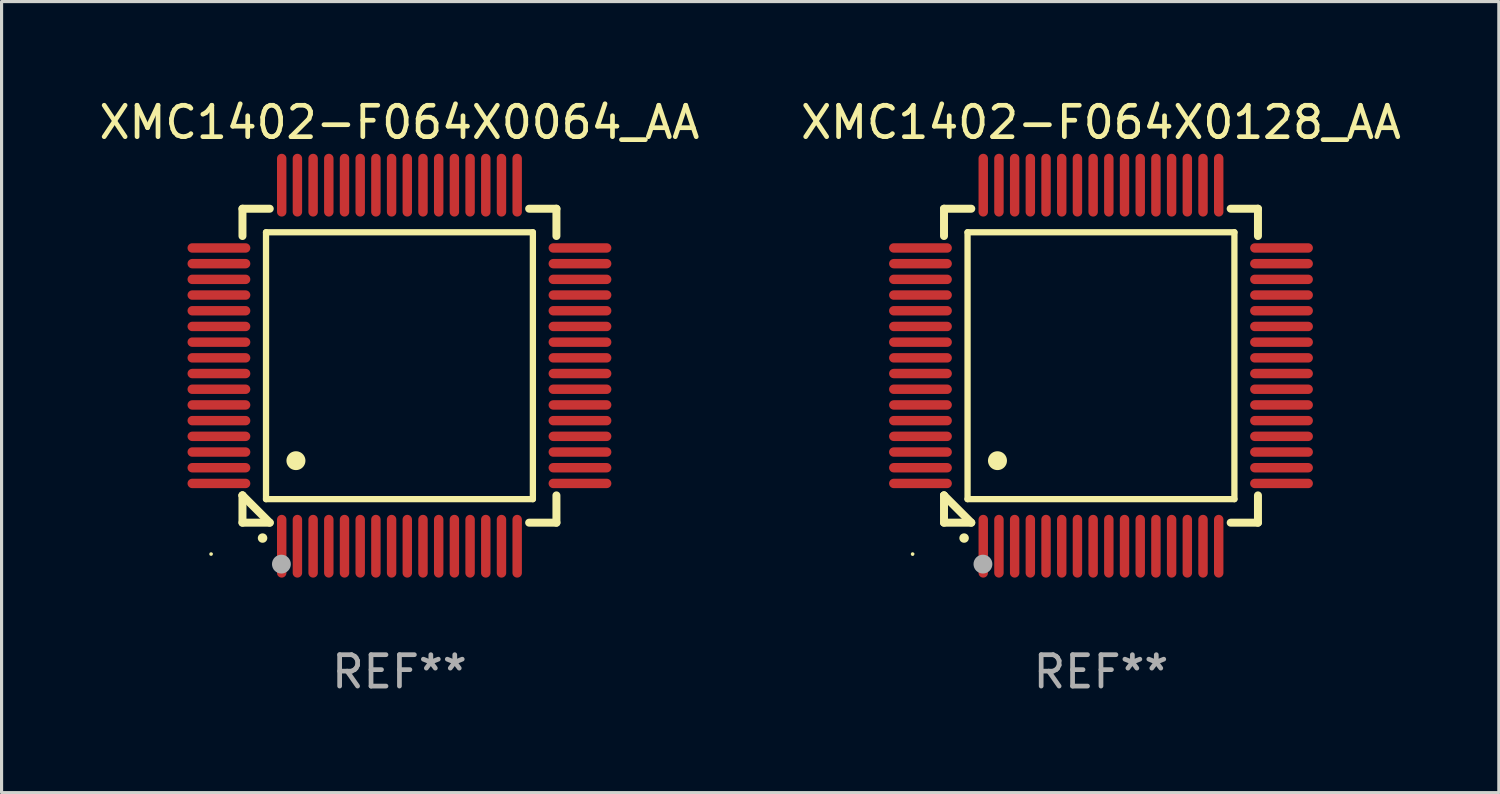
<source format=kicad_pcb>
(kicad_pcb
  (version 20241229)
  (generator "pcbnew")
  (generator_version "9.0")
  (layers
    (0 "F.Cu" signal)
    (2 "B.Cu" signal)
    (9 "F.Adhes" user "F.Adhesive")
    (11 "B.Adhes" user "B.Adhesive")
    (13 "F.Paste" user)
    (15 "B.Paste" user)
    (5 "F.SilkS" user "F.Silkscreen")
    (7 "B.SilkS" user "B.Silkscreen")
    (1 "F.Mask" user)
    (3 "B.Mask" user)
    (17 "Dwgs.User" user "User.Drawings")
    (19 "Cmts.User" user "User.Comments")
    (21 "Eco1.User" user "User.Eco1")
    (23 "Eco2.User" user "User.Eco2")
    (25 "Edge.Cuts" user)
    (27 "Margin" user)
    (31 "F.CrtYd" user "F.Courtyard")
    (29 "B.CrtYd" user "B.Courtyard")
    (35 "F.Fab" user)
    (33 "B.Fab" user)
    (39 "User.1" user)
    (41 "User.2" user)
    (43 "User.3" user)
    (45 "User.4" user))
  (footprint "XMC1402-F064X0128_AA"
    (layer "F.Cu")
    (at 32.018 8.598)
    (property "Reference" "XMC1402-F064X0128_AA" (at 0 -7.75 0) (layer "F.SilkS") (effects (font (size 1 1) (thickness 0.15))))
    (attr through_hole)
    (fp_line (start -5 -5) (end -4.131 -5) (stroke (width 0.254) (type solid)) (layer "F.SilkS"))
    (fp_line (start -5 -4.131) (end -5 -5) (stroke (width 0.254) (type solid)) (layer "F.SilkS"))
    (fp_line (start -5 4.131) (end -5 4.131) (stroke (width 0.254) (type solid)) (layer "F.SilkS"))
    (fp_line (start -5 5) (end -5 4.131) (stroke (width 0.254) (type solid)) (layer "F.SilkS"))
    (fp_line (start -5 4.131) (end -4.131 5) (stroke (width 0.254) (type solid)) (layer "F.SilkS"))
    (fp_line (start -4.25 -4.25) (end -4.25 4.25) (stroke (width 0.2) (type solid)) (layer "F.SilkS"))
    (fp_line (start -4.25 4.25) (end 4.25 4.25) (stroke (width 0.2) (type solid)) (layer "F.SilkS"))
    (fp_line (start -4.131 5) (end -5 5) (stroke (width 0.254) (type solid)) (layer "F.SilkS"))
    (fp_line (start 4.25 -4.25) (end -4.25 -4.25) (stroke (width 0.2) (type solid)) (layer "F.SilkS"))
    (fp_line (start 4.25 4.25) (end 4.25 -4.25) (stroke (width 0.2) (type solid)) (layer "F.SilkS"))
    (fp_line (start 5 -5) (end 4.131 -5) (stroke (width 0.254) (type solid)) (layer "F.SilkS"))
    (fp_line (start 5 -5) (end 5 -4.131) (stroke (width 0.254) (type solid)) (layer "F.SilkS"))
    (fp_line (start 5 4.131) (end 5 5) (stroke (width 0.254) (type solid)) (layer "F.SilkS"))
    (fp_line (start 5 5) (end 4.131 5) (stroke (width 0.254) (type solid)) (layer "F.SilkS"))
    (fp_arc (start -4.361265 5.489992) (mid -4.359995 5.489987) (end -4.358725 5.489992) (stroke (width 0.3) (type solid)) (layer "F.SilkS"))
    (fp_arc (start -3.299467 3.025146) (mid -3.296927 3.025135) (end -3.294387 3.025146) (stroke (width 0.6) (type solid)) (layer "F.SilkS"))
    (fp_circle (center -6 6) (end -5.97 6) (stroke (width 0.06) (type solid)) (fill no) (layer "F.SilkS"))
    (fp_circle (center -3.76 6.32) (end -3.61 6.32) (stroke (width 0.3) (type solid)) (fill no) (layer "F.Fab"))
    (fp_text user "REF**" (at 0 9.75 0) (layer "F.Fab") (effects (font (size 1 1) (thickness 0.15))))
    (pad "1" smd oval (at -3.75 5.75) (size 0.3 2) (layers "F.Cu" "F.Mask" "F.Paste"))
    (pad "2" smd oval (at -3.25 5.75) (size 0.3 2) (layers "F.Cu" "F.Mask" "F.Paste"))
    (pad "3" smd oval (at -2.75 5.75) (size 0.3 2) (layers "F.Cu" "F.Mask" "F.Paste"))
    (pad "4" smd oval (at -2.25 5.75) (size 0.3 2) (layers "F.Cu" "F.Mask" "F.Paste"))
    (pad "5" smd oval (at -1.75 5.75) (size 0.3 2) (layers "F.Cu" "F.Mask" "F.Paste"))
    (pad "6" smd oval (at -1.25 5.75) (size 0.3 2) (layers "F.Cu" "F.Mask" "F.Paste"))
    (pad "7" smd oval (at -0.75 5.75) (size 0.3 2) (layers "F.Cu" "F.Mask" "F.Paste"))
    (pad "8" smd oval (at -0.25 5.75) (size 0.3 2) (layers "F.Cu" "F.Mask" "F.Paste"))
    (pad "9" smd oval (at 0.25 5.75) (size 0.3 2) (layers "F.Cu" "F.Mask" "F.Paste"))
    (pad "10" smd oval (at 0.75 5.75) (size 0.3 2) (layers "F.Cu" "F.Mask" "F.Paste"))
    (pad "11" smd oval (at 1.25 5.75) (size 0.3 2) (layers "F.Cu" "F.Mask" "F.Paste"))
    (pad "12" smd oval (at 1.75 5.75) (size 0.3 2) (layers "F.Cu" "F.Mask" "F.Paste"))
    (pad "13" smd oval (at 2.25 5.75) (size 0.3 2) (layers "F.Cu" "F.Mask" "F.Paste"))
    (pad "14" smd oval (at 2.75 5.75) (size 0.3 2) (layers "F.Cu" "F.Mask" "F.Paste"))
    (pad "15" smd oval (at 3.25 5.75) (size 0.3 2) (layers "F.Cu" "F.Mask" "F.Paste"))
    (pad "16" smd oval (at 3.75 5.75) (size 0.3 2) (layers "F.Cu" "F.Mask" "F.Paste"))
    (pad "17" smd oval (at 5.75 3.75) (size 2 0.3) (layers "F.Cu" "F.Mask" "F.Paste"))
    (pad "18" smd oval (at 5.75 3.25) (size 2 0.3) (layers "F.Cu" "F.Mask" "F.Paste"))
    (pad "19" smd oval (at 5.75 2.75) (size 2 0.3) (layers "F.Cu" "F.Mask" "F.Paste"))
    (pad "20" smd oval (at 5.75 2.25) (size 2 0.3) (layers "F.Cu" "F.Mask" "F.Paste"))
    (pad "21" smd oval (at 5.75 1.75) (size 2 0.3) (layers "F.Cu" "F.Mask" "F.Paste"))
    (pad "22" smd oval (at 5.75 1.25) (size 2 0.3) (layers "F.Cu" "F.Mask" "F.Paste"))
    (pad "23" smd oval (at 5.75 0.75) (size 2 0.3) (layers "F.Cu" "F.Mask" "F.Paste"))
    (pad "24" smd oval (at 5.75 0.25) (size 2 0.3) (layers "F.Cu" "F.Mask" "F.Paste"))
    (pad "25" smd oval (at 5.75 -0.25) (size 2 0.3) (layers "F.Cu" "F.Mask" "F.Paste"))
    (pad "26" smd oval (at 5.75 -0.75) (size 2 0.3) (layers "F.Cu" "F.Mask" "F.Paste"))
    (pad "27" smd oval (at 5.75 -1.25) (size 2 0.3) (layers "F.Cu" "F.Mask" "F.Paste"))
    (pad "28" smd oval (at 5.75 -1.75) (size 2 0.3) (layers "F.Cu" "F.Mask" "F.Paste"))
    (pad "29" smd oval (at 5.75 -2.25) (size 2 0.3) (layers "F.Cu" "F.Mask" "F.Paste"))
    (pad "30" smd oval (at 5.75 -2.75) (size 2 0.3) (layers "F.Cu" "F.Mask" "F.Paste"))
    (pad "31" smd oval (at 5.75 -3.25) (size 2 0.3) (layers "F.Cu" "F.Mask" "F.Paste"))
    (pad "32" smd oval (at 5.75 -3.75) (size 2 0.3) (layers "F.Cu" "F.Mask" "F.Paste"))
    (pad "33" smd oval (at 3.75 -5.75) (size 0.3 2) (layers "F.Cu" "F.Mask" "F.Paste"))
    (pad "34" smd oval (at 3.25 -5.75) (size 0.3 2) (layers "F.Cu" "F.Mask" "F.Paste"))
    (pad "35" smd oval (at 2.75 -5.75) (size 0.3 2) (layers "F.Cu" "F.Mask" "F.Paste"))
    (pad "36" smd oval (at 2.25 -5.75) (size 0.3 2) (layers "F.Cu" "F.Mask" "F.Paste"))
    (pad "37" smd oval (at 1.75 -5.75) (size 0.3 2) (layers "F.Cu" "F.Mask" "F.Paste"))
    (pad "38" smd oval (at 1.25 -5.75) (size 0.3 2) (layers "F.Cu" "F.Mask" "F.Paste"))
    (pad "39" smd oval (at 0.75 -5.75) (size 0.3 2) (layers "F.Cu" "F.Mask" "F.Paste"))
    (pad "40" smd oval (at 0.25 -5.75) (size 0.3 2) (layers "F.Cu" "F.Mask" "F.Paste"))
    (pad "41" smd oval (at -0.25 -5.75) (size 0.3 2) (layers "F.Cu" "F.Mask" "F.Paste"))
    (pad "42" smd oval (at -0.75 -5.75) (size 0.3 2) (layers "F.Cu" "F.Mask" "F.Paste"))
    (pad "43" smd oval (at -1.25 -5.75) (size 0.3 2) (layers "F.Cu" "F.Mask" "F.Paste"))
    (pad "44" smd oval (at -1.75 -5.75) (size 0.3 2) (layers "F.Cu" "F.Mask" "F.Paste"))
    (pad "45" smd oval (at -2.25 -5.75) (size 0.3 2) (layers "F.Cu" "F.Mask" "F.Paste"))
    (pad "46" smd oval (at -2.75 -5.75) (size 0.3 2) (layers "F.Cu" "F.Mask" "F.Paste"))
    (pad "47" smd oval (at -3.25 -5.75) (size 0.3 2) (layers "F.Cu" "F.Mask" "F.Paste"))
    (pad "48" smd oval (at -3.75 -5.75) (size 0.3 2) (layers "F.Cu" "F.Mask" "F.Paste"))
    (pad "49" smd oval (at -5.75 -3.75) (size 2 0.3) (layers "F.Cu" "F.Mask" "F.Paste"))
    (pad "50" smd oval (at -5.75 -3.25) (size 2 0.3) (layers "F.Cu" "F.Mask" "F.Paste"))
    (pad "51" smd oval (at -5.75 -2.75) (size 2 0.3) (layers "F.Cu" "F.Mask" "F.Paste"))
    (pad "52" smd oval (at -5.75 -2.25) (size 2 0.3) (layers "F.Cu" "F.Mask" "F.Paste"))
    (pad "53" smd oval (at -5.75 -1.75) (size 2 0.3) (layers "F.Cu" "F.Mask" "F.Paste"))
    (pad "54" smd oval (at -5.75 -1.25) (size 2 0.3) (layers "F.Cu" "F.Mask" "F.Paste"))
    (pad "55" smd oval (at -5.75 -0.75) (size 2 0.3) (layers "F.Cu" "F.Mask" "F.Paste"))
    (pad "56" smd oval (at -5.75 -0.25) (size 2 0.3) (layers "F.Cu" "F.Mask" "F.Paste"))
    (pad "57" smd oval (at -5.75 0.25) (size 2 0.3) (layers "F.Cu" "F.Mask" "F.Paste"))
    (pad "58" smd oval (at -5.75 0.75) (size 2 0.3) (layers "F.Cu" "F.Mask" "F.Paste"))
    (pad "59" smd oval (at -5.75 1.25) (size 2 0.3) (layers "F.Cu" "F.Mask" "F.Paste"))
    (pad "60" smd oval (at -5.75 1.75) (size 2 0.3) (layers "F.Cu" "F.Mask" "F.Paste"))
    (pad "61" smd oval (at -5.75 2.25) (size 2 0.3) (layers "F.Cu" "F.Mask" "F.Paste"))
    (pad "62" smd oval (at -5.75 2.75) (size 2 0.3) (layers "F.Cu" "F.Mask" "F.Paste"))
    (pad "63" smd oval (at -5.75 3.25) (size 2 0.3) (layers "F.Cu" "F.Mask" "F.Paste"))
    (pad "64" smd oval (at -5.75 3.75) (size 2 0.3) (layers "F.Cu" "F.Mask" "F.Paste")))
  (footprint "XMC1402-F064X0064_AA"
    (layer "F.Cu")
    (at 9.673 8.598)
    (property "Reference" "XMC1402-F064X0064_AA" (at 0 -7.75 0) (layer "F.SilkS") (effects (font (size 1 1) (thickness 0.15))))
    (attr through_hole)
    (fp_line (start -5 -5) (end -4.131 -5) (stroke (width 0.254) (type solid)) (layer "F.SilkS"))
    (fp_line (start -5 -4.131) (end -5 -5) (stroke (width 0.254) (type solid)) (layer "F.SilkS"))
    (fp_line (start -5 4.131) (end -5 4.131) (stroke (width 0.254) (type solid)) (layer "F.SilkS"))
    (fp_line (start -5 5) (end -5 4.131) (stroke (width 0.254) (type solid)) (layer "F.SilkS"))
    (fp_line (start -5 4.131) (end -4.131 5) (stroke (width 0.254) (type solid)) (layer "F.SilkS"))
    (fp_line (start -4.25 -4.25) (end -4.25 4.25) (stroke (width 0.2) (type solid)) (layer "F.SilkS"))
    (fp_line (start -4.25 4.25) (end 4.25 4.25) (stroke (width 0.2) (type solid)) (layer "F.SilkS"))
    (fp_line (start -4.131 5) (end -5 5) (stroke (width 0.254) (type solid)) (layer "F.SilkS"))
    (fp_line (start 4.25 -4.25) (end -4.25 -4.25) (stroke (width 0.2) (type solid)) (layer "F.SilkS"))
    (fp_line (start 4.25 4.25) (end 4.25 -4.25) (stroke (width 0.2) (type solid)) (layer "F.SilkS"))
    (fp_line (start 5 -5) (end 4.131 -5) (stroke (width 0.254) (type solid)) (layer "F.SilkS"))
    (fp_line (start 5 -5) (end 5 -4.131) (stroke (width 0.254) (type solid)) (layer "F.SilkS"))
    (fp_line (start 5 4.131) (end 5 5) (stroke (width 0.254) (type solid)) (layer "F.SilkS"))
    (fp_line (start 5 5) (end 4.131 5) (stroke (width 0.254) (type solid)) (layer "F.SilkS"))
    (fp_arc (start -4.361265 5.489992) (mid -4.359995 5.489987) (end -4.358725 5.489992) (stroke (width 0.3) (type solid)) (layer "F.SilkS"))
    (fp_arc (start -3.299467 3.025146) (mid -3.296927 3.025135) (end -3.294387 3.025146) (stroke (width 0.6) (type solid)) (layer "F.SilkS"))
    (fp_circle (center -6 6) (end -5.97 6) (stroke (width 0.06) (type solid)) (fill no) (layer "F.SilkS"))
    (fp_circle (center -3.76 6.32) (end -3.61 6.32) (stroke (width 0.3) (type solid)) (fill no) (layer "F.Fab"))
    (fp_text user "REF**" (at 0 9.75 0) (layer "F.Fab") (effects (font (size 1 1) (thickness 0.15))))
    (pad "1" smd oval (at -3.75 5.75) (size 0.3 2) (layers "F.Cu" "F.Mask" "F.Paste"))
    (pad "2" smd oval (at -3.25 5.75) (size 0.3 2) (layers "F.Cu" "F.Mask" "F.Paste"))
    (pad "3" smd oval (at -2.75 5.75) (size 0.3 2) (layers "F.Cu" "F.Mask" "F.Paste"))
    (pad "4" smd oval (at -2.25 5.75) (size 0.3 2) (layers "F.Cu" "F.Mask" "F.Paste"))
    (pad "5" smd oval (at -1.75 5.75) (size 0.3 2) (layers "F.Cu" "F.Mask" "F.Paste"))
    (pad "6" smd oval (at -1.25 5.75) (size 0.3 2) (layers "F.Cu" "F.Mask" "F.Paste"))
    (pad "7" smd oval (at -0.75 5.75) (size 0.3 2) (layers "F.Cu" "F.Mask" "F.Paste"))
    (pad "8" smd oval (at -0.25 5.75) (size 0.3 2) (layers "F.Cu" "F.Mask" "F.Paste"))
    (pad "9" smd oval (at 0.25 5.75) (size 0.3 2) (layers "F.Cu" "F.Mask" "F.Paste"))
    (pad "10" smd oval (at 0.75 5.75) (size 0.3 2) (layers "F.Cu" "F.Mask" "F.Paste"))
    (pad "11" smd oval (at 1.25 5.75) (size 0.3 2) (layers "F.Cu" "F.Mask" "F.Paste"))
    (pad "12" smd oval (at 1.75 5.75) (size 0.3 2) (layers "F.Cu" "F.Mask" "F.Paste"))
    (pad "13" smd oval (at 2.25 5.75) (size 0.3 2) (layers "F.Cu" "F.Mask" "F.Paste"))
    (pad "14" smd oval (at 2.75 5.75) (size 0.3 2) (layers "F.Cu" "F.Mask" "F.Paste"))
    (pad "15" smd oval (at 3.25 5.75) (size 0.3 2) (layers "F.Cu" "F.Mask" "F.Paste"))
    (pad "16" smd oval (at 3.75 5.75) (size 0.3 2) (layers "F.Cu" "F.Mask" "F.Paste"))
    (pad "17" smd oval (at 5.75 3.75) (size 2 0.3) (layers "F.Cu" "F.Mask" "F.Paste"))
    (pad "18" smd oval (at 5.75 3.25) (size 2 0.3) (layers "F.Cu" "F.Mask" "F.Paste"))
    (pad "19" smd oval (at 5.75 2.75) (size 2 0.3) (layers "F.Cu" "F.Mask" "F.Paste"))
    (pad "20" smd oval (at 5.75 2.25) (size 2 0.3) (layers "F.Cu" "F.Mask" "F.Paste"))
    (pad "21" smd oval (at 5.75 1.75) (size 2 0.3) (layers "F.Cu" "F.Mask" "F.Paste"))
    (pad "22" smd oval (at 5.75 1.25) (size 2 0.3) (layers "F.Cu" "F.Mask" "F.Paste"))
    (pad "23" smd oval (at 5.75 0.75) (size 2 0.3) (layers "F.Cu" "F.Mask" "F.Paste"))
    (pad "24" smd oval (at 5.75 0.25) (size 2 0.3) (layers "F.Cu" "F.Mask" "F.Paste"))
    (pad "25" smd oval (at 5.75 -0.25) (size 2 0.3) (layers "F.Cu" "F.Mask" "F.Paste"))
    (pad "26" smd oval (at 5.75 -0.75) (size 2 0.3) (layers "F.Cu" "F.Mask" "F.Paste"))
    (pad "27" smd oval (at 5.75 -1.25) (size 2 0.3) (layers "F.Cu" "F.Mask" "F.Paste"))
    (pad "28" smd oval (at 5.75 -1.75) (size 2 0.3) (layers "F.Cu" "F.Mask" "F.Paste"))
    (pad "29" smd oval (at 5.75 -2.25) (size 2 0.3) (layers "F.Cu" "F.Mask" "F.Paste"))
    (pad "30" smd oval (at 5.75 -2.75) (size 2 0.3) (layers "F.Cu" "F.Mask" "F.Paste"))
    (pad "31" smd oval (at 5.75 -3.25) (size 2 0.3) (layers "F.Cu" "F.Mask" "F.Paste"))
    (pad "32" smd oval (at 5.75 -3.75) (size 2 0.3) (layers "F.Cu" "F.Mask" "F.Paste"))
    (pad "33" smd oval (at 3.75 -5.75) (size 0.3 2) (layers "F.Cu" "F.Mask" "F.Paste"))
    (pad "34" smd oval (at 3.25 -5.75) (size 0.3 2) (layers "F.Cu" "F.Mask" "F.Paste"))
    (pad "35" smd oval (at 2.75 -5.75) (size 0.3 2) (layers "F.Cu" "F.Mask" "F.Paste"))
    (pad "36" smd oval (at 2.25 -5.75) (size 0.3 2) (layers "F.Cu" "F.Mask" "F.Paste"))
    (pad "37" smd oval (at 1.75 -5.75) (size 0.3 2) (layers "F.Cu" "F.Mask" "F.Paste"))
    (pad "38" smd oval (at 1.25 -5.75) (size 0.3 2) (layers "F.Cu" "F.Mask" "F.Paste"))
    (pad "39" smd oval (at 0.75 -5.75) (size 0.3 2) (layers "F.Cu" "F.Mask" "F.Paste"))
    (pad "40" smd oval (at 0.25 -5.75) (size 0.3 2) (layers "F.Cu" "F.Mask" "F.Paste"))
    (pad "41" smd oval (at -0.25 -5.75) (size 0.3 2) (layers "F.Cu" "F.Mask" "F.Paste"))
    (pad "42" smd oval (at -0.75 -5.75) (size 0.3 2) (layers "F.Cu" "F.Mask" "F.Paste"))
    (pad "43" smd oval (at -1.25 -5.75) (size 0.3 2) (layers "F.Cu" "F.Mask" "F.Paste"))
    (pad "44" smd oval (at -1.75 -5.75) (size 0.3 2) (layers "F.Cu" "F.Mask" "F.Paste"))
    (pad "45" smd oval (at -2.25 -5.75) (size 0.3 2) (layers "F.Cu" "F.Mask" "F.Paste"))
    (pad "46" smd oval (at -2.75 -5.75) (size 0.3 2) (layers "F.Cu" "F.Mask" "F.Paste"))
    (pad "47" smd oval (at -3.25 -5.75) (size 0.3 2) (layers "F.Cu" "F.Mask" "F.Paste"))
    (pad "48" smd oval (at -3.75 -5.75) (size 0.3 2) (layers "F.Cu" "F.Mask" "F.Paste"))
    (pad "49" smd oval (at -5.75 -3.75) (size 2 0.3) (layers "F.Cu" "F.Mask" "F.Paste"))
    (pad "50" smd oval (at -5.75 -3.25) (size 2 0.3) (layers "F.Cu" "F.Mask" "F.Paste"))
    (pad "51" smd oval (at -5.75 -2.75) (size 2 0.3) (layers "F.Cu" "F.Mask" "F.Paste"))
    (pad "52" smd oval (at -5.75 -2.25) (size 2 0.3) (layers "F.Cu" "F.Mask" "F.Paste"))
    (pad "53" smd oval (at -5.75 -1.75) (size 2 0.3) (layers "F.Cu" "F.Mask" "F.Paste"))
    (pad "54" smd oval (at -5.75 -1.25) (size 2 0.3) (layers "F.Cu" "F.Mask" "F.Paste"))
    (pad "55" smd oval (at -5.75 -0.75) (size 2 0.3) (layers "F.Cu" "F.Mask" "F.Paste"))
    (pad "56" smd oval (at -5.75 -0.25) (size 2 0.3) (layers "F.Cu" "F.Mask" "F.Paste"))
    (pad "57" smd oval (at -5.75 0.25) (size 2 0.3) (layers "F.Cu" "F.Mask" "F.Paste"))
    (pad "58" smd oval (at -5.75 0.75) (size 2 0.3) (layers "F.Cu" "F.Mask" "F.Paste"))
    (pad "59" smd oval (at -5.75 1.25) (size 2 0.3) (layers "F.Cu" "F.Mask" "F.Paste"))
    (pad "60" smd oval (at -5.75 1.75) (size 2 0.3) (layers "F.Cu" "F.Mask" "F.Paste"))
    (pad "61" smd oval (at -5.75 2.25) (size 2 0.3) (layers "F.Cu" "F.Mask" "F.Paste"))
    (pad "62" smd oval (at -5.75 2.75) (size 2 0.3) (layers "F.Cu" "F.Mask" "F.Paste"))
    (pad "63" smd oval (at -5.75 3.25) (size 2 0.3) (layers "F.Cu" "F.Mask" "F.Paste"))
    (pad "64" smd oval (at -5.75 3.75) (size 2 0.3) (layers "F.Cu" "F.Mask" "F.Paste")))
  (gr_rect
    (start -3 -3)
    (end 44.69 22.196)
    (stroke (width 0.1) (type default))
    (fill no)
    (layer "Edge.Cuts")))
</source>
